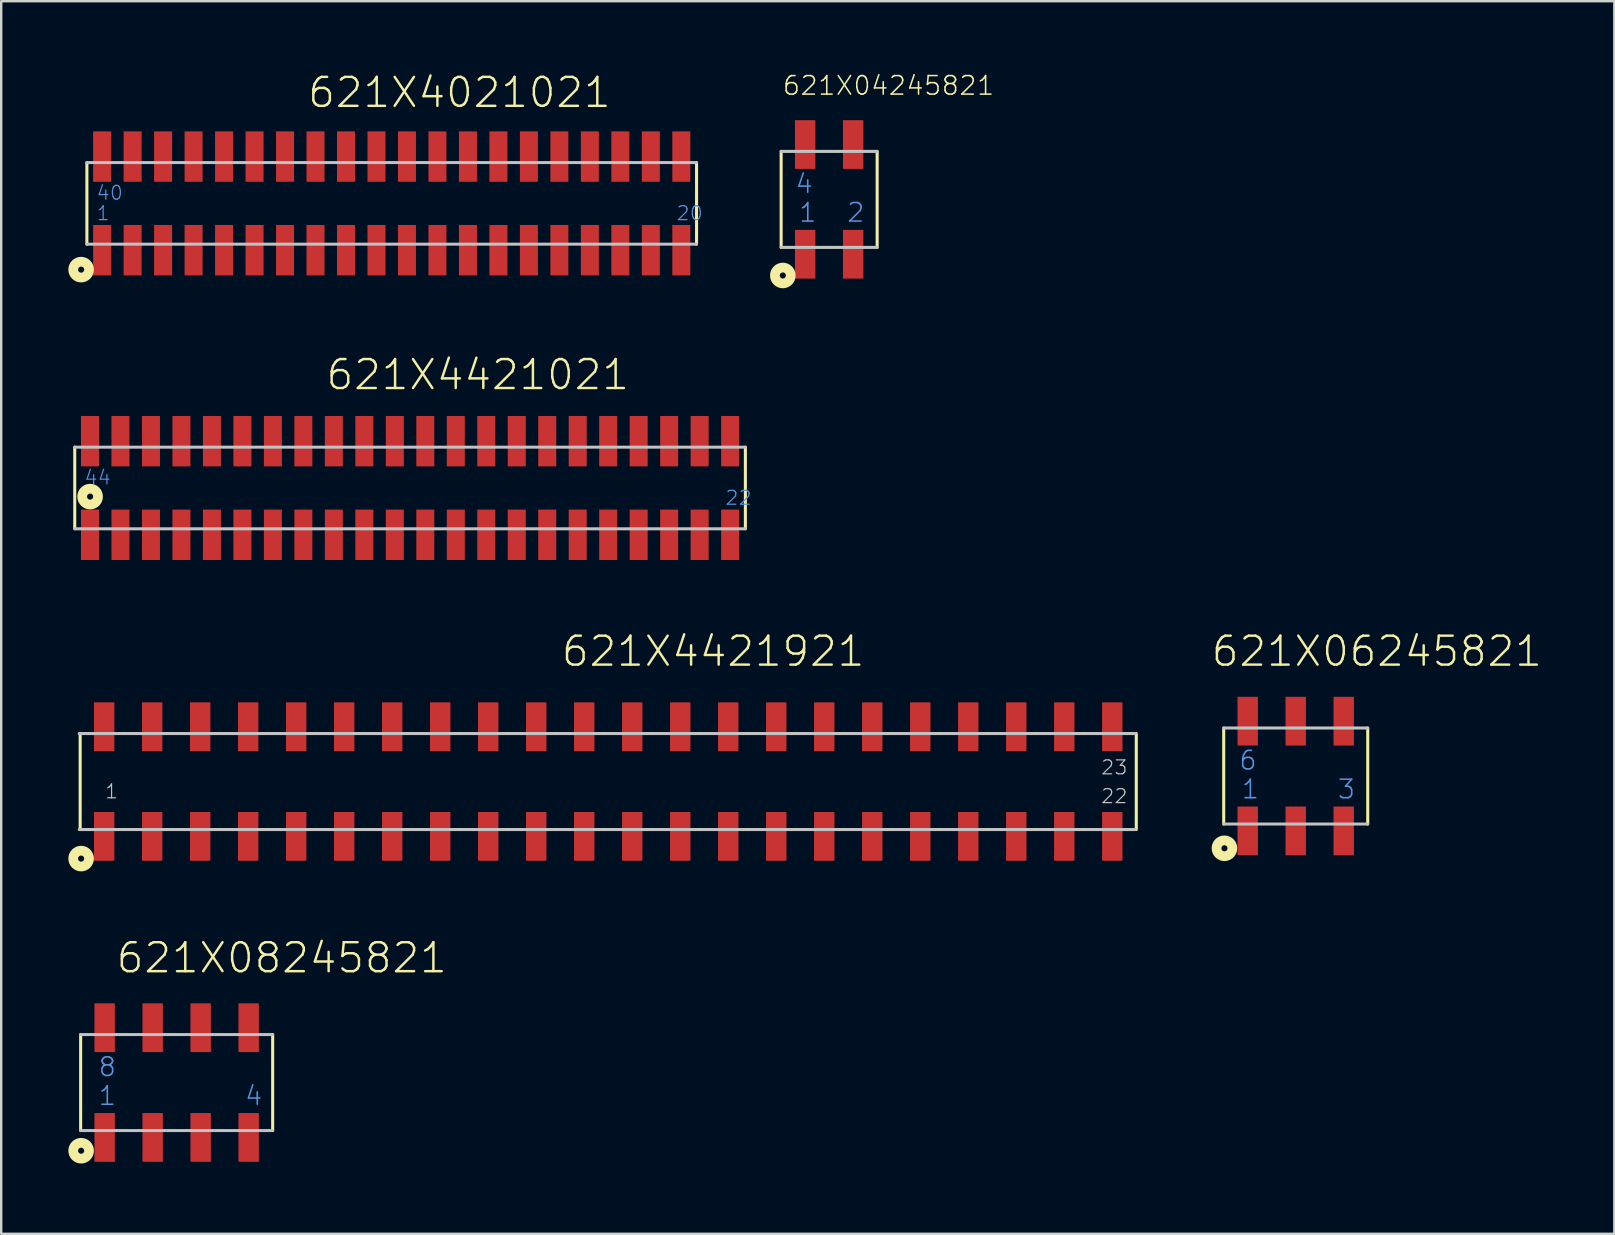
<source format=kicad_pcb>
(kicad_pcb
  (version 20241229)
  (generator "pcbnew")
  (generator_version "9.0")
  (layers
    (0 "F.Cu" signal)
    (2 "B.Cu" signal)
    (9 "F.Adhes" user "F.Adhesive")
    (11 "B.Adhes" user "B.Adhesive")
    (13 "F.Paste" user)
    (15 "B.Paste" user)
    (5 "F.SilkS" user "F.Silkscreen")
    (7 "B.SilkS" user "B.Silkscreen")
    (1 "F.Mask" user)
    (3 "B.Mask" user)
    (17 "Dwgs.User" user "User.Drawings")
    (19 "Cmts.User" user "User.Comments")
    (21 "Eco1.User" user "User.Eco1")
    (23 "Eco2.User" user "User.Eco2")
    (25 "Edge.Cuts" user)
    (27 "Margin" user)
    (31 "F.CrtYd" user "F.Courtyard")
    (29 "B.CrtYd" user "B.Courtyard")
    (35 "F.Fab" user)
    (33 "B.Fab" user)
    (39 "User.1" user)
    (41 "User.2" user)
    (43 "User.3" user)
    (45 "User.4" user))
  (footprint "621X4021021"
    (layer "F.Cu")
    (at 13.27 5.423)
    (property "Reference" "621X4021021" (at -3.563 -3.912 0) (layer "F.SilkS") (effects (font (size 1.206 1.206) (thickness 0.102)) (justify left bottom)))
    (attr through_hole)
    (fp_line (start -12.7 -1.7) (end -12.7 1.7) (stroke (width 0.127) (type solid)) (layer "F.SilkS"))
    (fp_line (start 12.7 1.7) (end 12.7 -1.7) (stroke (width 0.127) (type solid)) (layer "F.SilkS"))
    (fp_circle (center -12.94 2.76) (end -12.813 2.76) (stroke (width 0.406) (type solid)) (fill no) (layer "F.SilkS"))
    (fp_line (start -12.7 1.7) (end 12.7 1.7) (stroke (width 0.127) (type solid)) (layer "Dwgs.User"))
    (fp_line (start 12.7 -1.7) (end -12.7 -1.7) (stroke (width 0.127) (type solid)) (layer "Dwgs.User"))
    (fp_text user "40" (at -12.33 -0.1 0) (layer "Cmts.User") (effects (font (size 0.579 0.579) (thickness 0.049)) (justify left bottom)))
    (fp_text user "1" (at -12.33 0.75 0) (layer "Cmts.User") (effects (font (size 0.579 0.579) (thickness 0.049)) (justify left bottom)))
    (fp_text user "20" (at 11.83 0.75 0) (layer "Cmts.User") (effects (font (size 0.579 0.579) (thickness 0.049)) (justify left bottom)))
    (pad "1" smd rect (at -12.065 1.95) (size 0.75 2.1) (layers "F.Cu" "F.Mask" "F.Paste"))
    (pad "2" smd rect (at -10.795 1.95) (size 0.75 2.1) (layers "F.Cu" "F.Mask" "F.Paste"))
    (pad "3" smd rect (at -9.525 1.95) (size 0.75 2.1) (layers "F.Cu" "F.Mask" "F.Paste"))
    (pad "4" smd rect (at -8.255 1.95) (size 0.75 2.1) (layers "F.Cu" "F.Mask" "F.Paste"))
    (pad "5" smd rect (at -6.985 1.95) (size 0.75 2.1) (layers "F.Cu" "F.Mask" "F.Paste"))
    (pad "6" smd rect (at -5.715 1.95) (size 0.75 2.1) (layers "F.Cu" "F.Mask" "F.Paste"))
    (pad "7" smd rect (at -4.445 1.95) (size 0.75 2.1) (layers "F.Cu" "F.Mask" "F.Paste"))
    (pad "8" smd rect (at -3.175 1.95) (size 0.75 2.1) (layers "F.Cu" "F.Mask" "F.Paste"))
    (pad "9" smd rect (at -1.905 1.95) (size 0.75 2.1) (layers "F.Cu" "F.Mask" "F.Paste"))
    (pad "10" smd rect (at -0.635 1.95) (size 0.75 2.1) (layers "F.Cu" "F.Mask" "F.Paste"))
    (pad "11" smd rect (at 0.635 1.95) (size 0.75 2.1) (layers "F.Cu" "F.Mask" "F.Paste"))
    (pad "12" smd rect (at 1.905 1.95) (size 0.75 2.1) (layers "F.Cu" "F.Mask" "F.Paste"))
    (pad "13" smd rect (at 3.175 1.95) (size 0.75 2.1) (layers "F.Cu" "F.Mask" "F.Paste"))
    (pad "14" smd rect (at 4.445 1.95) (size 0.75 2.1) (layers "F.Cu" "F.Mask" "F.Paste"))
    (pad "15" smd rect (at 5.715 1.95) (size 0.75 2.1) (layers "F.Cu" "F.Mask" "F.Paste"))
    (pad "16" smd rect (at 6.985 1.95) (size 0.75 2.1) (layers "F.Cu" "F.Mask" "F.Paste"))
    (pad "17" smd rect (at 8.255 1.95) (size 0.75 2.1) (layers "F.Cu" "F.Mask" "F.Paste"))
    (pad "18" smd rect (at 9.525 1.95) (size 0.75 2.1) (layers "F.Cu" "F.Mask" "F.Paste"))
    (pad "19" smd rect (at 10.795 1.95) (size 0.75 2.1) (layers "F.Cu" "F.Mask" "F.Paste"))
    (pad "20" smd rect (at 12.065 1.95) (size 0.75 2.1) (layers "F.Cu" "F.Mask" "F.Paste"))
    (pad "21" smd rect (at 12.065 -1.95) (size 0.75 2.1) (layers "F.Cu" "F.Mask" "F.Paste"))
    (pad "22" smd rect (at 10.795 -1.95) (size 0.75 2.1) (layers "F.Cu" "F.Mask" "F.Paste"))
    (pad "23" smd rect (at 9.525 -1.95) (size 0.75 2.1) (layers "F.Cu" "F.Mask" "F.Paste"))
    (pad "24" smd rect (at 8.255 -1.95) (size 0.75 2.1) (layers "F.Cu" "F.Mask" "F.Paste"))
    (pad "25" smd rect (at 6.985 -1.95) (size 0.75 2.1) (layers "F.Cu" "F.Mask" "F.Paste"))
    (pad "26" smd rect (at 5.715 -1.95) (size 0.75 2.1) (layers "F.Cu" "F.Mask" "F.Paste"))
    (pad "27" smd rect (at 4.445 -1.95) (size 0.75 2.1) (layers "F.Cu" "F.Mask" "F.Paste"))
    (pad "28" smd rect (at 3.175 -1.95) (size 0.75 2.1) (layers "F.Cu" "F.Mask" "F.Paste"))
    (pad "29" smd rect (at 1.905 -1.95) (size 0.75 2.1) (layers "F.Cu" "F.Mask" "F.Paste"))
    (pad "30" smd rect (at 0.635 -1.95) (size 0.75 2.1) (layers "F.Cu" "F.Mask" "F.Paste"))
    (pad "31" smd rect (at -0.635 -1.95) (size 0.75 2.1) (layers "F.Cu" "F.Mask" "F.Paste"))
    (pad "32" smd rect (at -1.905 -1.95) (size 0.75 2.1) (layers "F.Cu" "F.Mask" "F.Paste"))
    (pad "33" smd rect (at -3.175 -1.95) (size 0.75 2.1) (layers "F.Cu" "F.Mask" "F.Paste"))
    (pad "34" smd rect (at -4.445 -1.95) (size 0.75 2.1) (layers "F.Cu" "F.Mask" "F.Paste"))
    (pad "35" smd rect (at -5.715 -1.95) (size 0.75 2.1) (layers "F.Cu" "F.Mask" "F.Paste"))
    (pad "36" smd rect (at -6.985 -1.95) (size 0.75 2.1) (layers "F.Cu" "F.Mask" "F.Paste"))
    (pad "37" smd rect (at -8.255 -1.95) (size 0.75 2.1) (layers "F.Cu" "F.Mask" "F.Paste"))
    (pad "38" smd rect (at -9.525 -1.95) (size 0.75 2.1) (layers "F.Cu" "F.Mask" "F.Paste"))
    (pad "39" smd rect (at -10.795 -1.95) (size 0.75 2.1) (layers "F.Cu" "F.Mask" "F.Paste"))
    (pad "40" smd rect (at -12.065 -1.95) (size 0.75 2.1) (layers "F.Cu" "F.Mask" "F.Paste")))
  (footprint "621X06245821"
    (layer "F.Cu")
    (at 50.933 29.281)
    (property "Reference" "621X06245821" (at -3.58 -4.489 0) (layer "F.SilkS") (effects (font (size 1.206 1.206) (thickness 0.102)) (justify left bottom)))
    (attr through_hole)
    (fp_line (start -3 2) (end -3 -2) (stroke (width 0.127) (type solid)) (layer "F.SilkS"))
    (fp_line (start 3 -2) (end 3 2) (stroke (width 0.127) (type solid)) (layer "F.SilkS"))
    (fp_circle (center -2.97 3.01) (end -2.843 3.01) (stroke (width 0.406) (type solid)) (fill no) (layer "F.SilkS"))
    (fp_line (start -3 -2) (end 3 -2) (stroke (width 0.127) (type solid)) (layer "Dwgs.User"))
    (fp_line (start 3 2) (end -3 2) (stroke (width 0.127) (type solid)) (layer "Dwgs.User"))
    (fp_text user "1" (at -2.3 1 0) (layer "Cmts.User") (effects (font (size 0.772 0.772) (thickness 0.065)) (justify left bottom)))
    (fp_text user "6" (at -2.4 -0.2 0) (layer "Cmts.User") (effects (font (size 0.772 0.772) (thickness 0.065)) (justify left bottom)))
    (fp_text user "3" (at 1.7 1 0) (layer "Cmts.User") (effects (font (size 0.772 0.772) (thickness 0.065)) (justify left bottom)))
    (pad "1" smd rect (at -2 2.285) (size 0.85 2.03) (layers "F.Cu" "F.Mask" "F.Paste"))
    (pad "2" smd rect (at 0 2.285) (size 0.85 2.03) (layers "F.Cu" "F.Mask" "F.Paste"))
    (pad "3" smd rect (at 2 2.285) (size 0.85 2.03) (layers "F.Cu" "F.Mask" "F.Paste"))
    (pad "4" smd rect (at 2 -2.285) (size 0.85 2.03) (layers "F.Cu" "F.Mask" "F.Paste"))
    (pad "5" smd rect (at 0 -2.285) (size 0.85 2.03) (layers "F.Cu" "F.Mask" "F.Paste"))
    (pad "6" smd rect (at -2 -2.285) (size 0.85 2.03) (layers "F.Cu" "F.Mask" "F.Paste")))
  (footprint "621X4421921"
    (layer "F.Cu")
    (at 22.29 29.511)
    (property "Reference" "621X4421921" (at -2.013 -4.719 0) (layer "F.SilkS") (effects (font (size 1.206 1.206) (thickness 0.102)) (justify left bottom)))
    (attr through_hole)
    (fp_line (start -22 2) (end -22 -2) (stroke (width 0.127) (type solid)) (layer "F.SilkS"))
    (fp_line (start 22 -2) (end 22 2) (stroke (width 0.127) (type solid)) (layer "F.SilkS"))
    (fp_circle (center -21.96 3.21) (end -21.833 3.21) (stroke (width 0.406) (type solid)) (fill no) (layer "F.SilkS"))
    (fp_line (start -22.04 -2) (end 21.96 -2) (stroke (width 0.127) (type solid)) (layer "Dwgs.User"))
    (fp_line (start 21.96 2) (end -22.04 2) (stroke (width 0.127) (type solid)) (layer "Dwgs.User"))
    (fp_text user "22" (at 20.5 0.95 0) (layer "Dwgs.User") (effects (font (size 0.579 0.579) (thickness 0.049)) (justify left bottom)))
    (fp_text user "1" (at -21 0.75 0) (layer "Dwgs.User") (effects (font (size 0.579 0.579) (thickness 0.049)) (justify left bottom)))
    (fp_text user "23" (at 20.5 -0.25 0) (layer "Dwgs.User") (effects (font (size 0.579 0.579) (thickness 0.049)) (justify left bottom)))
    (pad "1" smd rect (at -21 2.285) (size 0.85 2.03) (layers "F.Cu" "F.Mask" "F.Paste"))
    (pad "2" smd rect (at -19 2.285) (size 0.85 2.03) (layers "F.Cu" "F.Mask" "F.Paste"))
    (pad "3" smd rect (at -17 2.285) (size 0.85 2.03) (layers "F.Cu" "F.Mask" "F.Paste"))
    (pad "4" smd rect (at -15 2.285) (size 0.85 2.03) (layers "F.Cu" "F.Mask" "F.Paste"))
    (pad "5" smd rect (at -13 2.285) (size 0.85 2.03) (layers "F.Cu" "F.Mask" "F.Paste"))
    (pad "6" smd rect (at -11 2.285) (size 0.85 2.03) (layers "F.Cu" "F.Mask" "F.Paste"))
    (pad "7" smd rect (at -9 2.285) (size 0.85 2.03) (layers "F.Cu" "F.Mask" "F.Paste"))
    (pad "8" smd rect (at -7 2.285) (size 0.85 2.03) (layers "F.Cu" "F.Mask" "F.Paste"))
    (pad "9" smd rect (at -5 2.285) (size 0.85 2.03) (layers "F.Cu" "F.Mask" "F.Paste"))
    (pad "10" smd rect (at -3 2.285) (size 0.85 2.03) (layers "F.Cu" "F.Mask" "F.Paste"))
    (pad "11" smd rect (at -1 2.285) (size 0.85 2.03) (layers "F.Cu" "F.Mask" "F.Paste"))
    (pad "12" smd rect (at 1 2.285) (size 0.85 2.03) (layers "F.Cu" "F.Mask" "F.Paste"))
    (pad "13" smd rect (at 3 2.285) (size 0.85 2.03) (layers "F.Cu" "F.Mask" "F.Paste"))
    (pad "14" smd rect (at 5 2.285) (size 0.85 2.03) (layers "F.Cu" "F.Mask" "F.Paste"))
    (pad "15" smd rect (at 7 2.285) (size 0.85 2.03) (layers "F.Cu" "F.Mask" "F.Paste"))
    (pad "16" smd rect (at 9 2.285) (size 0.85 2.03) (layers "F.Cu" "F.Mask" "F.Paste"))
    (pad "17" smd rect (at 11 2.285) (size 0.85 2.03) (layers "F.Cu" "F.Mask" "F.Paste"))
    (pad "18" smd rect (at 13 2.285) (size 0.85 2.03) (layers "F.Cu" "F.Mask" "F.Paste"))
    (pad "19" smd rect (at 15 2.285) (size 0.85 2.03) (layers "F.Cu" "F.Mask" "F.Paste"))
    (pad "20" smd rect (at 17 2.285) (size 0.85 2.03) (layers "F.Cu" "F.Mask" "F.Paste"))
    (pad "21" smd rect (at 19 2.285) (size 0.85 2.03) (layers "F.Cu" "F.Mask" "F.Paste"))
    (pad "22" smd rect (at 21 2.285) (size 0.85 2.03) (layers "F.Cu" "F.Mask" "F.Paste"))
    (pad "23" smd rect (at 21 -2.285) (size 0.85 2.03) (layers "F.Cu" "F.Mask" "F.Paste"))
    (pad "24" smd rect (at 19 -2.285) (size 0.85 2.03) (layers "F.Cu" "F.Mask" "F.Paste"))
    (pad "25" smd rect (at 17 -2.285) (size 0.85 2.03) (layers "F.Cu" "F.Mask" "F.Paste"))
    (pad "26" smd rect (at 15 -2.285) (size 0.85 2.03) (layers "F.Cu" "F.Mask" "F.Paste"))
    (pad "27" smd rect (at 13 -2.285) (size 0.85 2.03) (layers "F.Cu" "F.Mask" "F.Paste"))
    (pad "28" smd rect (at 11 -2.285) (size 0.85 2.03) (layers "F.Cu" "F.Mask" "F.Paste"))
    (pad "29" smd rect (at 9 -2.285) (size 0.85 2.03) (layers "F.Cu" "F.Mask" "F.Paste"))
    (pad "30" smd rect (at 7 -2.285) (size 0.85 2.03) (layers "F.Cu" "F.Mask" "F.Paste"))
    (pad "31" smd rect (at 5 -2.285) (size 0.85 2.03) (layers "F.Cu" "F.Mask" "F.Paste"))
    (pad "32" smd rect (at 3 -2.285) (size 0.85 2.03) (layers "F.Cu" "F.Mask" "F.Paste"))
    (pad "33" smd rect (at 1 -2.285) (size 0.85 2.03) (layers "F.Cu" "F.Mask" "F.Paste"))
    (pad "34" smd rect (at -1 -2.285) (size 0.85 2.03) (layers "F.Cu" "F.Mask" "F.Paste"))
    (pad "35" smd rect (at -3 -2.285) (size 0.85 2.03) (layers "F.Cu" "F.Mask" "F.Paste"))
    (pad "36" smd rect (at -5 -2.285) (size 0.85 2.03) (layers "F.Cu" "F.Mask" "F.Paste"))
    (pad "37" smd rect (at -7 -2.285) (size 0.85 2.03) (layers "F.Cu" "F.Mask" "F.Paste"))
    (pad "38" smd rect (at -9 -2.285) (size 0.85 2.03) (layers "F.Cu" "F.Mask" "F.Paste"))
    (pad "39" smd rect (at -11 -2.285) (size 0.85 2.03) (layers "F.Cu" "F.Mask" "F.Paste"))
    (pad "40" smd rect (at -13 -2.285) (size 0.85 2.03) (layers "F.Cu" "F.Mask" "F.Paste"))
    (pad "41" smd rect (at -15 -2.285) (size 0.85 2.03) (layers "F.Cu" "F.Mask" "F.Paste"))
    (pad "42" smd rect (at -17 -2.285) (size 0.85 2.03) (layers "F.Cu" "F.Mask" "F.Paste"))
    (pad "43" smd rect (at -19 -2.285) (size 0.85 2.03) (layers "F.Cu" "F.Mask" "F.Paste"))
    (pad "44" smd rect (at -21 -2.285) (size 0.85 2.03) (layers "F.Cu" "F.Mask" "F.Paste")))
  (footprint "621X08245821"
    (layer "F.Cu")
    (at 4.31 42.052)
    (property "Reference" "621X08245821" (at -2.58 -4.489 0) (layer "F.SilkS") (effects (font (size 1.206 1.206) (thickness 0.102)) (justify left bottom)))
    (attr through_hole)
    (fp_line (start -4 2) (end -4 -2) (stroke (width 0.127) (type solid)) (layer "F.SilkS"))
    (fp_line (start 4 -2) (end 4 2) (stroke (width 0.127) (type solid)) (layer "F.SilkS"))
    (fp_circle (center -3.98 2.84) (end -3.853 2.84) (stroke (width 0.406) (type solid)) (fill no) (layer "F.SilkS"))
    (fp_line (start -4 -2) (end 4 -2) (stroke (width 0.127) (type solid)) (layer "Dwgs.User"))
    (fp_line (start 4 2) (end -4 2) (stroke (width 0.127) (type solid)) (layer "Dwgs.User"))
    (fp_text user "1" (at -3.3 1 0) (layer "Cmts.User") (effects (font (size 0.772 0.772) (thickness 0.065)) (justify left bottom)))
    (fp_text user "4" (at 2.8 1 0) (layer "Cmts.User") (effects (font (size 0.772 0.772) (thickness 0.065)) (justify left bottom)))
    (fp_text user "8" (at -3.3 -0.2 0) (layer "Cmts.User") (effects (font (size 0.772 0.772) (thickness 0.065)) (justify left bottom)))
    (pad "1" smd rect (at -3 2.285) (size 0.85 2.03) (layers "F.Cu" "F.Mask" "F.Paste"))
    (pad "2" smd rect (at -1 2.285) (size 0.85 2.03) (layers "F.Cu" "F.Mask" "F.Paste"))
    (pad "3" smd rect (at 1 2.285) (size 0.85 2.03) (layers "F.Cu" "F.Mask" "F.Paste"))
    (pad "4" smd rect (at 3 2.285) (size 0.85 2.03) (layers "F.Cu" "F.Mask" "F.Paste"))
    (pad "5" smd rect (at 3 -2.285) (size 0.85 2.03) (layers "F.Cu" "F.Mask" "F.Paste"))
    (pad "6" smd rect (at 1 -2.285) (size 0.85 2.03) (layers "F.Cu" "F.Mask" "F.Paste"))
    (pad "7" smd rect (at -1 -2.285) (size 0.85 2.03) (layers "F.Cu" "F.Mask" "F.Paste"))
    (pad "8" smd rect (at -3 -2.285) (size 0.85 2.03) (layers "F.Cu" "F.Mask" "F.Paste")))
  (footprint "621X04245821"
    (layer "F.Cu")
    (at 31.494 5.257)
    (property "Reference" "621X04245821" (at -1.98 -4.289 0) (layer "F.SilkS") (effects (font (size 0.772 0.772) (thickness 0.065)) (justify left bottom)))
    (attr through_hole)
    (fp_line (start -2 2) (end -2 -2) (stroke (width 0.127) (type solid)) (layer "F.SilkS"))
    (fp_line (start 2 -2) (end 2 2) (stroke (width 0.127) (type solid)) (layer "F.SilkS"))
    (fp_circle (center -1.93 3.17) (end -1.803 3.17) (stroke (width 0.406) (type solid)) (fill no) (layer "F.SilkS"))
    (fp_line (start -2 -2) (end 2 -2) (stroke (width 0.127) (type solid)) (layer "Dwgs.User"))
    (fp_line (start 2 2) (end -2 2) (stroke (width 0.127) (type solid)) (layer "Dwgs.User"))
    (fp_text user "1" (at -1.3 1 0) (layer "Cmts.User") (effects (font (size 0.772 0.772) (thickness 0.065)) (justify left bottom)))
    (fp_text user "4" (at -1.45 -0.2 0) (layer "Cmts.User") (effects (font (size 0.772 0.772) (thickness 0.065)) (justify left bottom)))
    (fp_text user "2" (at 0.7 1 0) (layer "Cmts.User") (effects (font (size 0.772 0.772) (thickness 0.065)) (justify left bottom)))
    (pad "1" smd rect (at -1 2.285) (size 0.85 2.03) (layers "F.Cu" "F.Mask" "F.Paste"))
    (pad "2" smd rect (at 1 2.285) (size 0.85 2.03) (layers "F.Cu" "F.Mask" "F.Paste"))
    (pad "3" smd rect (at 1 -2.285) (size 0.85 2.03) (layers "F.Cu" "F.Mask" "F.Paste"))
    (pad "4" smd rect (at -1 -2.285) (size 0.85 2.03) (layers "F.Cu" "F.Mask" "F.Paste")))
  (footprint "621X4421021"
    (layer "F.Cu")
    (at 14.034 17.28)
    (property "Reference" "621X4421021" (at -3.563 -4.012 0) (layer "F.SilkS") (effects (font (size 1.206 1.206) (thickness 0.102)) (justify left bottom)))
    (attr through_hole)
    (fp_line (start -13.97 -1.7) (end -13.97 1.7) (stroke (width 0.127) (type solid)) (layer "F.SilkS"))
    (fp_line (start 13.97 1.7) (end 13.97 -1.7) (stroke (width 0.127) (type solid)) (layer "F.SilkS"))
    (fp_circle (center -13.33 0.36) (end -13.203 0.36) (stroke (width 0.406) (type solid)) (fill no) (layer "F.SilkS"))
    (fp_line (start -13.97 1.7) (end 13.97 1.7) (stroke (width 0.127) (type solid)) (layer "Dwgs.User"))
    (fp_line (start 13.97 -1.7) (end -13.97 -1.7) (stroke (width 0.127) (type solid)) (layer "Dwgs.User"))
    (fp_text user "44" (at -13.6 -0.1 0) (layer "Cmts.User") (effects (font (size 0.579 0.579) (thickness 0.049)) (justify left bottom)))
    (fp_text user "22" (at 13.1 0.75 0) (layer "Cmts.User") (effects (font (size 0.579 0.579) (thickness 0.049)) (justify left bottom)))
    (pad "1" smd rect (at -13.335 1.95) (size 0.75 2.1) (layers "F.Cu" "F.Mask" "F.Paste"))
    (pad "2" smd rect (at -12.065 1.95) (size 0.75 2.1) (layers "F.Cu" "F.Mask" "F.Paste"))
    (pad "3" smd rect (at -10.795 1.95) (size 0.75 2.1) (layers "F.Cu" "F.Mask" "F.Paste"))
    (pad "4" smd rect (at -9.525 1.95) (size 0.75 2.1) (layers "F.Cu" "F.Mask" "F.Paste"))
    (pad "5" smd rect (at -8.255 1.95) (size 0.75 2.1) (layers "F.Cu" "F.Mask" "F.Paste"))
    (pad "6" smd rect (at -6.985 1.95) (size 0.75 2.1) (layers "F.Cu" "F.Mask" "F.Paste"))
    (pad "7" smd rect (at -5.715 1.95) (size 0.75 2.1) (layers "F.Cu" "F.Mask" "F.Paste"))
    (pad "8" smd rect (at -4.445 1.95) (size 0.75 2.1) (layers "F.Cu" "F.Mask" "F.Paste"))
    (pad "9" smd rect (at -3.175 1.95) (size 0.75 2.1) (layers "F.Cu" "F.Mask" "F.Paste"))
    (pad "10" smd rect (at -1.905 1.95) (size 0.75 2.1) (layers "F.Cu" "F.Mask" "F.Paste"))
    (pad "11" smd rect (at -0.635 1.95) (size 0.75 2.1) (layers "F.Cu" "F.Mask" "F.Paste"))
    (pad "12" smd rect (at 0.635 1.95) (size 0.75 2.1) (layers "F.Cu" "F.Mask" "F.Paste"))
    (pad "13" smd rect (at 1.905 1.95) (size 0.75 2.1) (layers "F.Cu" "F.Mask" "F.Paste"))
    (pad "14" smd rect (at 3.175 1.95) (size 0.75 2.1) (layers "F.Cu" "F.Mask" "F.Paste"))
    (pad "15" smd rect (at 4.445 1.95) (size 0.75 2.1) (layers "F.Cu" "F.Mask" "F.Paste"))
    (pad "16" smd rect (at 5.715 1.95) (size 0.75 2.1) (layers "F.Cu" "F.Mask" "F.Paste"))
    (pad "17" smd rect (at 6.985 1.95) (size 0.75 2.1) (layers "F.Cu" "F.Mask" "F.Paste"))
    (pad "18" smd rect (at 8.255 1.95) (size 0.75 2.1) (layers "F.Cu" "F.Mask" "F.Paste"))
    (pad "19" smd rect (at 9.525 1.95) (size 0.75 2.1) (layers "F.Cu" "F.Mask" "F.Paste"))
    (pad "20" smd rect (at 10.795 1.95) (size 0.75 2.1) (layers "F.Cu" "F.Mask" "F.Paste"))
    (pad "21" smd rect (at 12.065 1.95) (size 0.75 2.1) (layers "F.Cu" "F.Mask" "F.Paste"))
    (pad "22" smd rect (at 13.335 1.95) (size 0.75 2.1) (layers "F.Cu" "F.Mask" "F.Paste"))
    (pad "23" smd rect (at 13.335 -1.95) (size 0.75 2.1) (layers "F.Cu" "F.Mask" "F.Paste"))
    (pad "24" smd rect (at 12.065 -1.95) (size 0.75 2.1) (layers "F.Cu" "F.Mask" "F.Paste"))
    (pad "25" smd rect (at 10.795 -1.95) (size 0.75 2.1) (layers "F.Cu" "F.Mask" "F.Paste"))
    (pad "26" smd rect (at 9.525 -1.95) (size 0.75 2.1) (layers "F.Cu" "F.Mask" "F.Paste"))
    (pad "27" smd rect (at 8.255 -1.95) (size 0.75 2.1) (layers "F.Cu" "F.Mask" "F.Paste"))
    (pad "28" smd rect (at 6.985 -1.95) (size 0.75 2.1) (layers "F.Cu" "F.Mask" "F.Paste"))
    (pad "29" smd rect (at 5.715 -1.95) (size 0.75 2.1) (layers "F.Cu" "F.Mask" "F.Paste"))
    (pad "30" smd rect (at 4.445 -1.95) (size 0.75 2.1) (layers "F.Cu" "F.Mask" "F.Paste"))
    (pad "31" smd rect (at 3.175 -1.95) (size 0.75 2.1) (layers "F.Cu" "F.Mask" "F.Paste"))
    (pad "32" smd rect (at 1.905 -1.95) (size 0.75 2.1) (layers "F.Cu" "F.Mask" "F.Paste"))
    (pad "33" smd rect (at 0.635 -1.95) (size 0.75 2.1) (layers "F.Cu" "F.Mask" "F.Paste"))
    (pad "34" smd rect (at -0.635 -1.95) (size 0.75 2.1) (layers "F.Cu" "F.Mask" "F.Paste"))
    (pad "35" smd rect (at -1.905 -1.95) (size 0.75 2.1) (layers "F.Cu" "F.Mask" "F.Paste"))
    (pad "36" smd rect (at -3.175 -1.95) (size 0.75 2.1) (layers "F.Cu" "F.Mask" "F.Paste"))
    (pad "37" smd rect (at -4.445 -1.95) (size 0.75 2.1) (layers "F.Cu" "F.Mask" "F.Paste"))
    (pad "38" smd rect (at -5.715 -1.95) (size 0.75 2.1) (layers "F.Cu" "F.Mask" "F.Paste"))
    (pad "39" smd rect (at -6.985 -1.95) (size 0.75 2.1) (layers "F.Cu" "F.Mask" "F.Paste"))
    (pad "40" smd rect (at -8.255 -1.95) (size 0.75 2.1) (layers "F.Cu" "F.Mask" "F.Paste"))
    (pad "41" smd rect (at -9.525 -1.95) (size 0.75 2.1) (layers "F.Cu" "F.Mask" "F.Paste"))
    (pad "42" smd rect (at -10.795 -1.95) (size 0.75 2.1) (layers "F.Cu" "F.Mask" "F.Paste"))
    (pad "43" smd rect (at -12.065 -1.95) (size 0.75 2.1) (layers "F.Cu" "F.Mask" "F.Paste"))
    (pad "44" smd rect (at -13.335 -1.95) (size 0.75 2.1) (layers "F.Cu" "F.Mask" "F.Paste")))
  (gr_rect
    (start -3 -3)
    (end 64.206 48.352)
    (stroke (width 0.1) (type default))
    (fill no)
    (layer "Edge.Cuts")))
</source>
